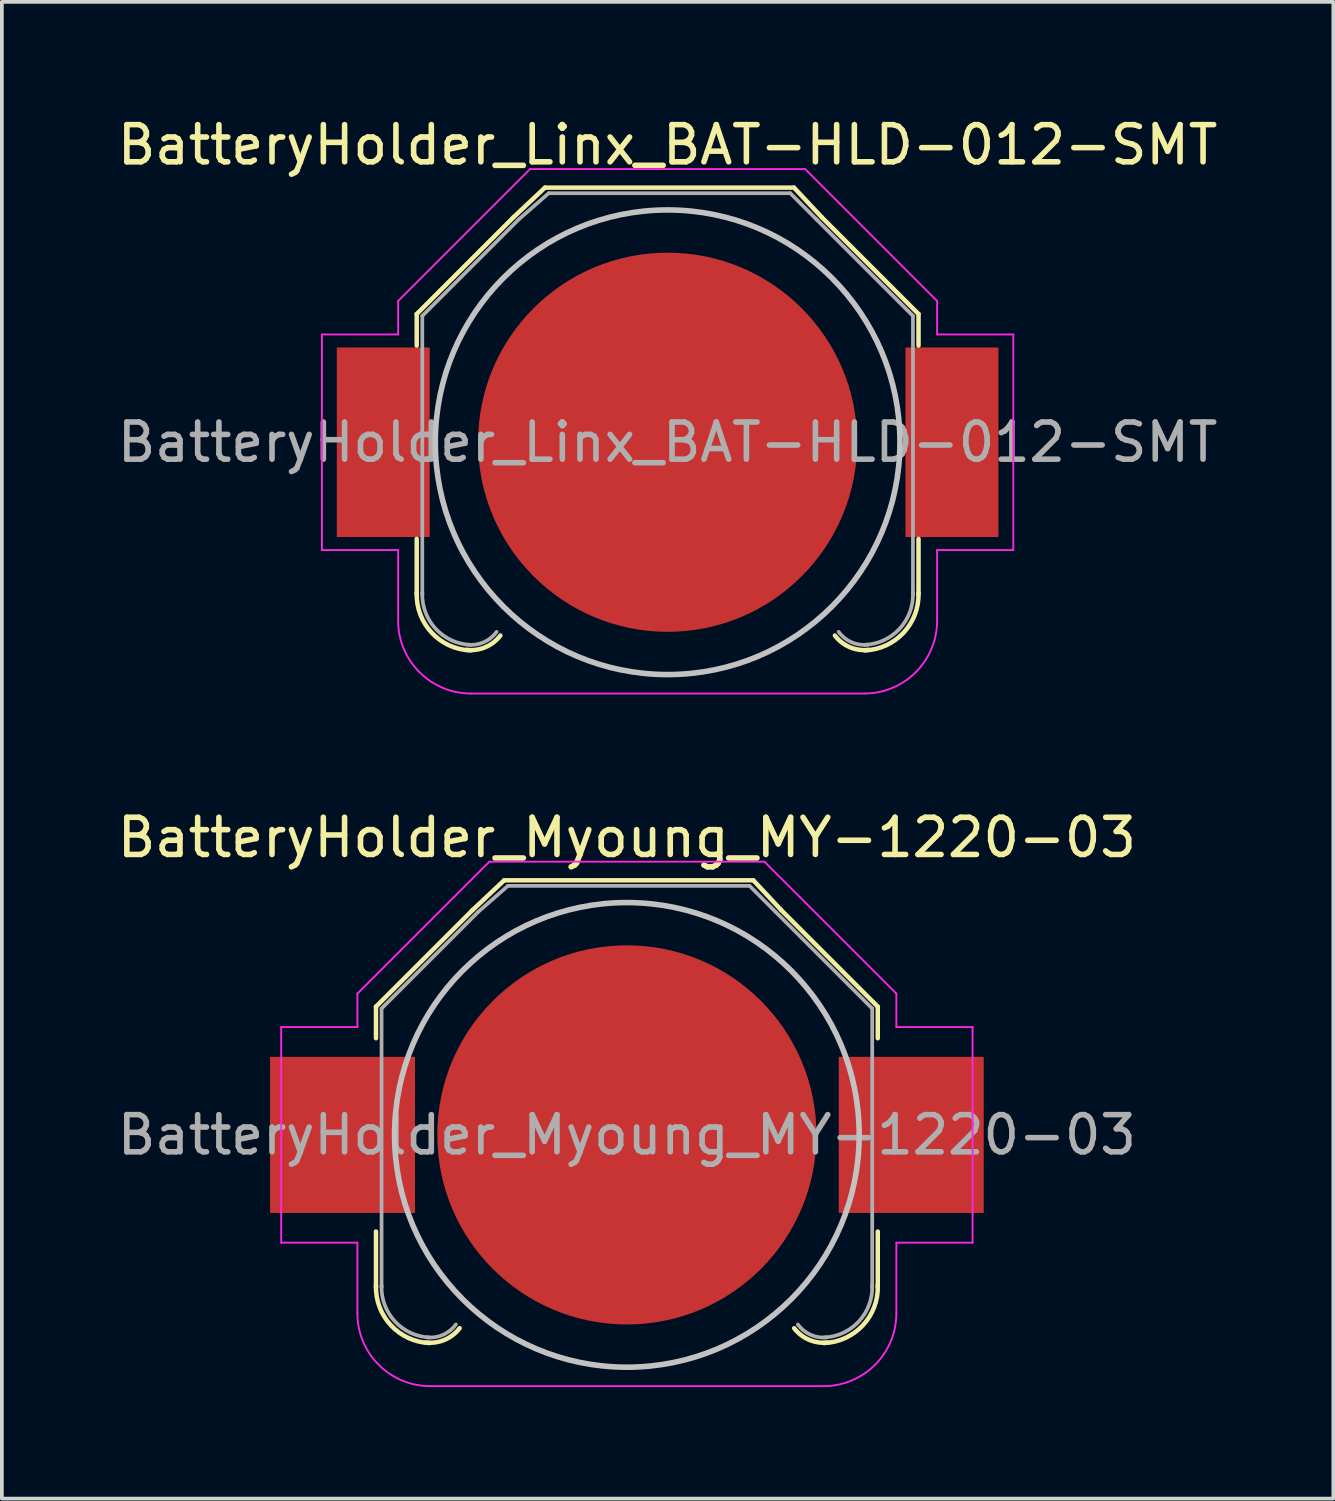
<source format=kicad_pcb>
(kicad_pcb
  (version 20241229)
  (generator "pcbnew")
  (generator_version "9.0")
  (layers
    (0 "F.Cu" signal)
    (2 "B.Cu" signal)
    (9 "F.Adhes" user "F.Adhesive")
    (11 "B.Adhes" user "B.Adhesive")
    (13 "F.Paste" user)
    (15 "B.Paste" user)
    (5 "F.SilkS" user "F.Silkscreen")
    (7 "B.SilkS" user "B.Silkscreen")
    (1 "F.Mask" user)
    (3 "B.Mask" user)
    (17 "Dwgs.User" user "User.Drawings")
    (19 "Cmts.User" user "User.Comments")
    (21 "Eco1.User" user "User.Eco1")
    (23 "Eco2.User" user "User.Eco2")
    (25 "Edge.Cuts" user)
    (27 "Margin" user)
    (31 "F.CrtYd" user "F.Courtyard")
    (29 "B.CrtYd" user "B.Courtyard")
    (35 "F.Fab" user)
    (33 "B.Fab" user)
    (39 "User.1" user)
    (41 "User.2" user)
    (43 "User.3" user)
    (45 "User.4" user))
  (footprint "BatteryHolder_Linx_BAT-HLD-012-SMT"
    (layer "F.Cu")
    (at 14.911 8.848)
    (property "Reference" "BatteryHolder_Linx_BAT-HLD-012-SMT" (at 0 -8 0) (layer "F.SilkS") (effects (font (size 1 1) (thickness 0.15))))
    (attr smd)
    (fp_line (start -6.75 -3.45) (end -4.15 -6.05) (stroke (width 0.12) (type solid)) (layer "F.SilkS"))
    (fp_line (start -6.75 -2.6) (end -6.75 -3.45) (stroke (width 0.12) (type solid)) (layer "F.SilkS"))
    (fp_line (start -6.75 2.6) (end -6.75 4.1) (stroke (width 0.12) (type solid)) (layer "F.SilkS"))
    (fp_line (start -4.15 -6.05) (end -3.3 -6.85) (stroke (width 0.12) (type solid)) (layer "F.SilkS"))
    (fp_line (start -3.3 -6.85) (end 3.4 -6.85) (stroke (width 0.12) (type solid)) (layer "F.SilkS"))
    (fp_line (start 3.4 -6.85) (end 4.15 -6.05) (stroke (width 0.12) (type solid)) (layer "F.SilkS"))
    (fp_line (start 4.15 -6.05) (end 6.75 -3.45) (stroke (width 0.12) (type solid)) (layer "F.SilkS"))
    (fp_line (start 6.75 -3.45) (end 6.75 -2.6) (stroke (width 0.12) (type solid)) (layer "F.SilkS"))
    (fp_line (start 6.75 2.6) (end 6.75 4.1) (stroke (width 0.12) (type solid)) (layer "F.SilkS"))
    (fp_arc (start -5.3 5.6) (mid -6.346016 5.125305) (end -6.75 4.05) (stroke (width 0.12) (type solid)) (layer "F.SilkS"))
    (fp_arc (start -4.5 5.2) (mid -4.90584 5.514615) (end -5.414615 5.58416) (stroke (width 0.12) (type solid)) (layer "F.SilkS"))
    (fp_arc (start 5.414615 5.58416) (mid 4.90584 5.514615) (end 4.5 5.2) (stroke (width 0.12) (type solid)) (layer "F.SilkS"))
    (fp_arc (start 6.75 4.05) (mid 6.346016 5.125305) (end 5.3 5.6) (stroke (width 0.12) (type solid)) (layer "F.SilkS"))
    (fp_circle (center 0 0) (end 0 6.25) (stroke (width 0.15) (type solid)) (fill no) (layer "Dwgs.User"))
    (fp_line (start -9.3 -2.9) (end -9.3 2.9) (stroke (width 0.05) (type solid)) (layer "F.CrtYd"))
    (fp_line (start -9.3 2.9) (end -7.25 2.9) (stroke (width 0.05) (type solid)) (layer "F.CrtYd"))
    (fp_line (start -7.25 -3.8) (end -4.65 -6.4) (stroke (width 0.05) (type solid)) (layer "F.CrtYd"))
    (fp_line (start -7.25 -2.9) (end -9.3 -2.9) (stroke (width 0.05) (type solid)) (layer "F.CrtYd"))
    (fp_line (start -7.25 -2.9) (end -7.25 -3.8) (stroke (width 0.05) (type solid)) (layer "F.CrtYd"))
    (fp_line (start -7.25 2.9) (end -7.25 4.8) (stroke (width 0.05) (type solid)) (layer "F.CrtYd"))
    (fp_line (start -5.29 6.76) (end 5.29 6.76) (stroke (width 0.05) (type solid)) (layer "F.CrtYd"))
    (fp_line (start -4.65 -6.4) (end -3.7 -7.35) (stroke (width 0.05) (type solid)) (layer "F.CrtYd"))
    (fp_line (start -3.7 -7.35) (end 3.7 -7.35) (stroke (width 0.05) (type solid)) (layer "F.CrtYd"))
    (fp_line (start 4.65 -6.4) (end 3.7 -7.35) (stroke (width 0.05) (type solid)) (layer "F.CrtYd"))
    (fp_line (start 7.25 -3.8) (end 4.65 -6.4) (stroke (width 0.05) (type solid)) (layer "F.CrtYd"))
    (fp_line (start 7.25 -2.9) (end 7.25 -3.8) (stroke (width 0.05) (type solid)) (layer "F.CrtYd"))
    (fp_line (start 7.25 -2.9) (end 9.3 -2.9) (stroke (width 0.05) (type solid)) (layer "F.CrtYd"))
    (fp_line (start 7.25 2.9) (end 7.25 4.8) (stroke (width 0.05) (type solid)) (layer "F.CrtYd"))
    (fp_line (start 9.3 -2.9) (end 9.3 2.9) (stroke (width 0.05) (type solid)) (layer "F.CrtYd"))
    (fp_line (start 9.3 2.9) (end 7.25 2.9) (stroke (width 0.05) (type solid)) (layer "F.CrtYd"))
    (fp_arc (start -5.29 6.76) (mid -6.675929 6.185929) (end -7.25 4.8) (stroke (width 0.05) (type solid)) (layer "F.CrtYd"))
    (fp_arc (start 7.25 4.8) (mid 6.675929 6.185929) (end 5.29 6.76) (stroke (width 0.05) (type solid)) (layer "F.CrtYd"))
    (fp_line (start -6.6 -3.4) (end -6.6 4.1) (stroke (width 0.1) (type solid)) (layer "F.Fab"))
    (fp_line (start -4 -6) (end -6.6 -3.4) (stroke (width 0.1) (type solid)) (layer "F.Fab"))
    (fp_line (start -3.2 -6.7) (end -4 -6) (stroke (width 0.1) (type solid)) (layer "F.Fab"))
    (fp_line (start -3.2 -6.7) (end 3.3 -6.7) (stroke (width 0.1) (type solid)) (layer "F.Fab"))
    (fp_line (start 3.3 -6.7) (end 4 -6) (stroke (width 0.1) (type solid)) (layer "F.Fab"))
    (fp_line (start 4 -6) (end 6.6 -3.4) (stroke (width 0.1) (type solid)) (layer "F.Fab"))
    (fp_line (start 6.6 -3.4) (end 6.6 4.1) (stroke (width 0.1) (type solid)) (layer "F.Fab"))
    (fp_arc (start -5.3 5.45) (mid -6.239949 5.019239) (end -6.6 4.05) (stroke (width 0.1) (type solid)) (layer "F.Fab"))
    (fp_arc (start -4.6 5.1) (mid -4.942443 5.378013) (end -5.378013 5.447558) (stroke (width 0.1) (type solid)) (layer "F.Fab"))
    (fp_arc (start 5.378013 5.447558) (mid 4.942442 5.378013) (end 4.6 5.1) (stroke (width 0.1) (type solid)) (layer "F.Fab"))
    (fp_arc (start 6.6 4.05) (mid 6.239949 5.019239) (end 5.3 5.45) (stroke (width 0.1) (type solid)) (layer "F.Fab"))
    (fp_text user "${REFERENCE}" (at 0 0 0) (layer "F.Fab") (effects (font (size 1 1) (thickness 0.15))))
    (pad "1" smd rect (at -7.65 0) (size 2.5 5.1) (layers "F.Cu" "F.Mask" "F.Paste"))
    (pad "2" smd rect (at 7.65 0) (size 2.5 5.1) (layers "F.Cu" "F.Mask" "F.Paste"))
    (pad "3" smd circle (at 0 0) (size 10.2 10.2) (layers "F.Cu" "F.Mask" "F.Paste")))
  (footprint "BatteryHolder_Myoung_MY-1220-03"
    (layer "F.Cu")
    (at 13.815 27.482)
    (property "Reference" "BatteryHolder_Myoung_MY-1220-03" (at 0 -8 0) (layer "F.SilkS") (effects (font (size 1 1) (thickness 0.15))))
    (attr smd)
    (fp_line (start -6.75 -3.45) (end -4.15 -6.05) (stroke (width 0.12) (type solid)) (layer "F.SilkS"))
    (fp_line (start -6.75 -2.6) (end -6.75 -3.45) (stroke (width 0.12) (type solid)) (layer "F.SilkS"))
    (fp_line (start -6.75 2.6) (end -6.75 4.1) (stroke (width 0.12) (type solid)) (layer "F.SilkS"))
    (fp_line (start -4.15 -6.05) (end -3.3 -6.85) (stroke (width 0.12) (type solid)) (layer "F.SilkS"))
    (fp_line (start -3.3 -6.85) (end 3.4 -6.85) (stroke (width 0.12) (type solid)) (layer "F.SilkS"))
    (fp_line (start 3.4 -6.85) (end 4.15 -6.05) (stroke (width 0.12) (type solid)) (layer "F.SilkS"))
    (fp_line (start 4.15 -6.05) (end 6.75 -3.45) (stroke (width 0.12) (type solid)) (layer "F.SilkS"))
    (fp_line (start 6.75 -3.45) (end 6.75 -2.6) (stroke (width 0.12) (type solid)) (layer "F.SilkS"))
    (fp_line (start 6.75 2.6) (end 6.75 4.1) (stroke (width 0.12) (type solid)) (layer "F.SilkS"))
    (fp_arc (start -5.3 5.6) (mid -6.346016 5.125305) (end -6.75 4.05) (stroke (width 0.12) (type solid)) (layer "F.SilkS"))
    (fp_arc (start -4.5 5.2) (mid -4.90584 5.514615) (end -5.414615 5.58416) (stroke (width 0.12) (type solid)) (layer "F.SilkS"))
    (fp_arc (start 5.414615 5.58416) (mid 4.90584 5.514615) (end 4.5 5.2) (stroke (width 0.12) (type solid)) (layer "F.SilkS"))
    (fp_arc (start 6.75 4.05) (mid 6.346016 5.125305) (end 5.3 5.6) (stroke (width 0.12) (type solid)) (layer "F.SilkS"))
    (fp_circle (center 0 0) (end 0 6.25) (stroke (width 0.15) (type solid)) (fill no) (layer "Dwgs.User"))
    (fp_line (start -9.3 -2.9) (end -9.3 2.9) (stroke (width 0.05) (type solid)) (layer "F.CrtYd"))
    (fp_line (start -9.3 2.9) (end -7.25 2.9) (stroke (width 0.05) (type solid)) (layer "F.CrtYd"))
    (fp_line (start -7.25 -3.8) (end -4.65 -6.4) (stroke (width 0.05) (type solid)) (layer "F.CrtYd"))
    (fp_line (start -7.25 -2.9) (end -9.3 -2.9) (stroke (width 0.05) (type solid)) (layer "F.CrtYd"))
    (fp_line (start -7.25 -2.9) (end -7.25 -3.8) (stroke (width 0.05) (type solid)) (layer "F.CrtYd"))
    (fp_line (start -7.25 2.9) (end -7.25 4.8) (stroke (width 0.05) (type solid)) (layer "F.CrtYd"))
    (fp_line (start -5.29 6.76) (end 5.29 6.76) (stroke (width 0.05) (type solid)) (layer "F.CrtYd"))
    (fp_line (start -4.65 -6.4) (end -3.7 -7.35) (stroke (width 0.05) (type solid)) (layer "F.CrtYd"))
    (fp_line (start -3.7 -7.35) (end 3.7 -7.35) (stroke (width 0.05) (type solid)) (layer "F.CrtYd"))
    (fp_line (start 4.65 -6.4) (end 3.7 -7.35) (stroke (width 0.05) (type solid)) (layer "F.CrtYd"))
    (fp_line (start 7.25 -3.8) (end 4.65 -6.4) (stroke (width 0.05) (type solid)) (layer "F.CrtYd"))
    (fp_line (start 7.25 -2.9) (end 7.25 -3.8) (stroke (width 0.05) (type solid)) (layer "F.CrtYd"))
    (fp_line (start 7.25 -2.9) (end 9.3 -2.9) (stroke (width 0.05) (type solid)) (layer "F.CrtYd"))
    (fp_line (start 7.25 2.9) (end 7.25 4.8) (stroke (width 0.05) (type solid)) (layer "F.CrtYd"))
    (fp_line (start 9.3 -2.9) (end 9.3 2.9) (stroke (width 0.05) (type solid)) (layer "F.CrtYd"))
    (fp_line (start 9.3 2.9) (end 7.25 2.9) (stroke (width 0.05) (type solid)) (layer "F.CrtYd"))
    (fp_arc (start -5.29 6.76) (mid -6.675929 6.185929) (end -7.25 4.8) (stroke (width 0.05) (type solid)) (layer "F.CrtYd"))
    (fp_arc (start 7.25 4.8) (mid 6.675929 6.185929) (end 5.29 6.76) (stroke (width 0.05) (type solid)) (layer "F.CrtYd"))
    (fp_line (start -6.6 -3.4) (end -6.6 4.1) (stroke (width 0.1) (type solid)) (layer "F.Fab"))
    (fp_line (start -4 -6) (end -6.6 -3.4) (stroke (width 0.1) (type solid)) (layer "F.Fab"))
    (fp_line (start -3.2 -6.7) (end -4 -6) (stroke (width 0.1) (type solid)) (layer "F.Fab"))
    (fp_line (start -3.2 -6.7) (end 3.3 -6.7) (stroke (width 0.1) (type solid)) (layer "F.Fab"))
    (fp_line (start 3.3 -6.7) (end 4 -6) (stroke (width 0.1) (type solid)) (layer "F.Fab"))
    (fp_line (start 4 -6) (end 6.6 -3.4) (stroke (width 0.1) (type solid)) (layer "F.Fab"))
    (fp_line (start 6.6 -3.4) (end 6.6 4.1) (stroke (width 0.1) (type solid)) (layer "F.Fab"))
    (fp_arc (start -5.3 5.45) (mid -6.239949 5.019239) (end -6.6 4.05) (stroke (width 0.1) (type solid)) (layer "F.Fab"))
    (fp_arc (start -4.6 5.1) (mid -4.942443 5.378013) (end -5.378013 5.447558) (stroke (width 0.1) (type solid)) (layer "F.Fab"))
    (fp_arc (start 5.378013 5.447558) (mid 4.942442 5.378013) (end 4.6 5.1) (stroke (width 0.1) (type solid)) (layer "F.Fab"))
    (fp_arc (start 6.6 4.05) (mid 6.239949 5.019239) (end 5.3 5.45) (stroke (width 0.1) (type solid)) (layer "F.Fab"))
    (fp_text user "${REFERENCE}" (at 0 0 0) (layer "F.Fab") (effects (font (size 1 1) (thickness 0.15))))
    (pad "1" smd rect (at -7.65 0) (size 3.9 4.2) (layers "F.Cu" "F.Mask" "F.Paste"))
    (pad "2" smd rect (at 7.65 0) (size 3.9 4.2) (layers "F.Cu" "F.Mask" "F.Paste"))
    (pad "3" smd circle (at 0 0) (size 10.2 10.2) (layers "F.Cu" "F.Mask" "F.Paste")))
  (gr_rect
    (start -3 -3)
    (end 32.821 37.267)
    (stroke (width 0.1) (type default))
    (fill no)
    (layer "Edge.Cuts")))
</source>
